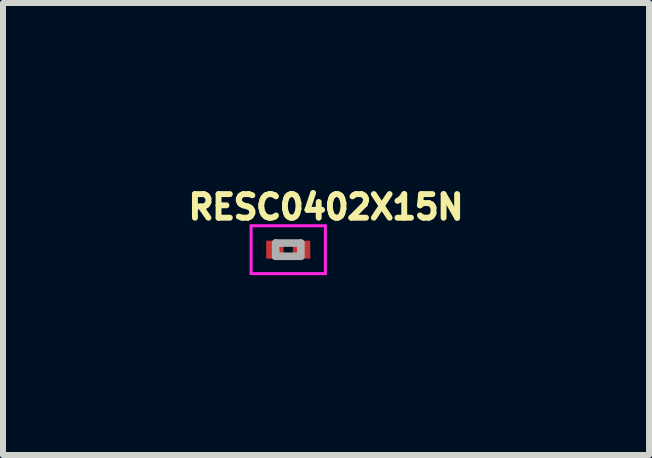
<source format=kicad_pcb>
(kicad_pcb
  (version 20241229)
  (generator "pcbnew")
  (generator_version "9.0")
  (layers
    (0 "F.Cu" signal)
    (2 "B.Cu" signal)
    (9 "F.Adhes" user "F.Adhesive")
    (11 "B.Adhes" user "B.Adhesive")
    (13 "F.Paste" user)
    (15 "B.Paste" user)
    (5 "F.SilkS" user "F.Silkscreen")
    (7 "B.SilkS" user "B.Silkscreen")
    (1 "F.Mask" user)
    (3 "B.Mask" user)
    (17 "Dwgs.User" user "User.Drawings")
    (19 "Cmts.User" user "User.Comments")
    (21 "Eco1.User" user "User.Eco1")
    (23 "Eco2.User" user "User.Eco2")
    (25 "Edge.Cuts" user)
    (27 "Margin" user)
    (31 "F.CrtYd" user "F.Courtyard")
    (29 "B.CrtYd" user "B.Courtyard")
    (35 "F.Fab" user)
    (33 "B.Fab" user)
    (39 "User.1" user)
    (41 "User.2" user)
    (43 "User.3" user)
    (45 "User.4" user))
  (footprint "RESC0402X15N"
    (layer "F.Cu")
    (at 1.756 1.113)
    (property "Reference" "RESC0402X15N" (at 0.63 -0.71 0) (layer "F.SilkS") (effects (font (size 0.394 0.394) (thickness 0.15))))
    (attr smd)
    (fp_line (start -0.619 -0.399) (end 0.619 -0.399) (stroke (width 0.05) (type solid)) (layer "F.CrtYd"))
    (fp_line (start -0.619 0.399) (end -0.619 -0.399) (stroke (width 0.05) (type solid)) (layer "F.CrtYd"))
    (fp_line (start -0.619 0.399) (end 0.619 0.399) (stroke (width 0.05) (type solid)) (layer "F.CrtYd"))
    (fp_line (start 0.619 0.399) (end 0.619 -0.399) (stroke (width 0.05) (type solid)) (layer "F.CrtYd"))
    (fp_line (start -0.21 0.11) (end -0.21 -0.11) (stroke (width 0.127) (type solid)) (layer "F.Fab"))
    (fp_line (start 0.21 -0.11) (end -0.21 -0.11) (stroke (width 0.127) (type solid)) (layer "F.Fab"))
    (fp_line (start 0.21 0.11) (end -0.21 0.11) (stroke (width 0.127) (type solid)) (layer "F.Fab"))
    (fp_line (start 0.21 0.11) (end 0.21 -0.11) (stroke (width 0.127) (type solid)) (layer "F.Fab"))
    (pad "1" smd rect (at -0.222 0) (size 0.29 0.3) (layers "F.Cu" "F.Mask" "F.Paste"))
    (pad "2" smd rect (at 0.222 0) (size 0.29 0.3) (layers "F.Cu" "F.Mask" "F.Paste")))
  (gr_rect
    (start -3 -3)
    (end 7.772 4.537)
    (stroke (width 0.1) (type default))
    (fill no)
    (layer "Edge.Cuts")))
</source>
